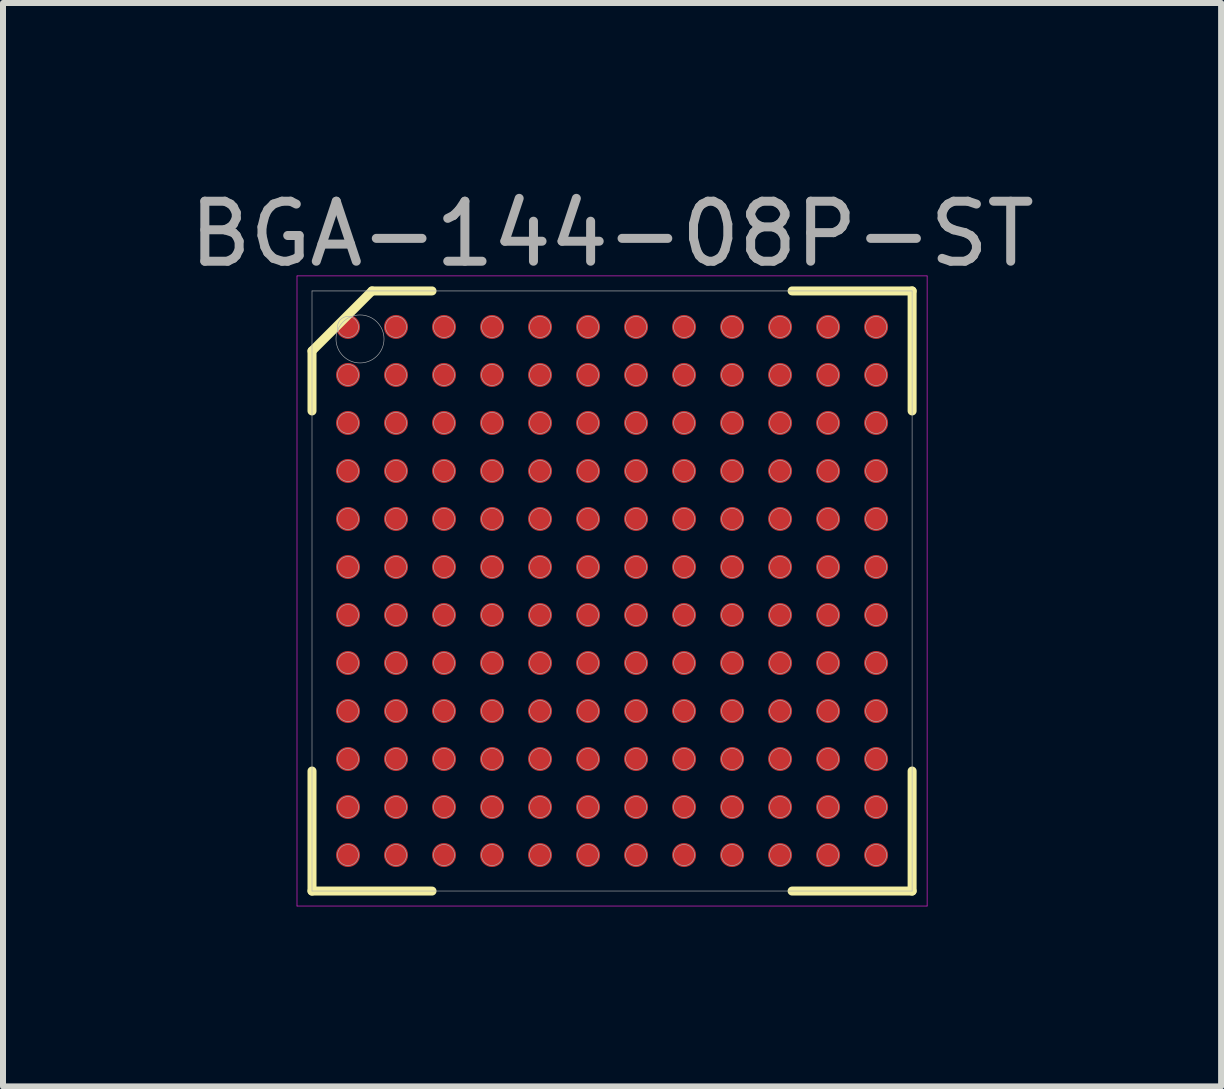
<source format=kicad_pcb>
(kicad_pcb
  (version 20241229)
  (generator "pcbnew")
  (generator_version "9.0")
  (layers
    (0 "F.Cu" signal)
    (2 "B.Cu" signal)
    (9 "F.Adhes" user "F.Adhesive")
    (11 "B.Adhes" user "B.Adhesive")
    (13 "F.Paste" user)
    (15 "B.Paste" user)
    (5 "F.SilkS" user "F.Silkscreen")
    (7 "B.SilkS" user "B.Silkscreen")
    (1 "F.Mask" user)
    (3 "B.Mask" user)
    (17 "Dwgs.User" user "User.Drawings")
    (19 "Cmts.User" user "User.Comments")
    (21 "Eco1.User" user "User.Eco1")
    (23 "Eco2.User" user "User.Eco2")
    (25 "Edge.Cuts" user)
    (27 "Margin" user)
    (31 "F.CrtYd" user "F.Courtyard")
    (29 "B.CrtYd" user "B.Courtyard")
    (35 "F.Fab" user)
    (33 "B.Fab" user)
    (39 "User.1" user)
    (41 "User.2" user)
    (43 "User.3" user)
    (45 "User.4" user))
  (footprint "BGA-144-08P-ST"
    (layer "F.Cu")
    (at 7.149 6.798)
    (property "Reference" "BGA-144-08P-ST" (at 0 -5.95 0) (layer "F.Fab") (effects (font (size 1 1) (thickness 0.15))))
    (attr through_hole)
    (fp_line (start -5 -4) (end -4 -5) (stroke (width 0.15) (type solid)) (layer "F.SilkS"))
    (fp_line (start -5 -3) (end -5 -4) (stroke (width 0.15) (type solid)) (layer "F.SilkS"))
    (fp_line (start -5 5) (end -5 3) (stroke (width 0.15) (type solid)) (layer "F.SilkS"))
    (fp_line (start -3 -5) (end -4 -5) (stroke (width 0.15) (type solid)) (layer "F.SilkS"))
    (fp_line (start -3 5) (end -5 5) (stroke (width 0.15) (type solid)) (layer "F.SilkS"))
    (fp_line (start 3 -5) (end 5 -5) (stroke (width 0.15) (type solid)) (layer "F.SilkS"))
    (fp_line (start 3 5) (end 5 5) (stroke (width 0.15) (type solid)) (layer "F.SilkS"))
    (fp_line (start 5 -5) (end 5 -3) (stroke (width 0.15) (type solid)) (layer "F.SilkS"))
    (fp_line (start 5 5) (end 5 3) (stroke (width 0.15) (type solid)) (layer "F.SilkS"))
    (fp_line (start -5.25 -5.25) (end 5.25 -5.25) (stroke (width 0.01) (type solid)) (layer "F.CrtYd"))
    (fp_line (start -5.25 5.25) (end -5.25 -5.25) (stroke (width 0.01) (type solid)) (layer "F.CrtYd"))
    (fp_line (start 5.25 -5.25) (end 5.25 5.25) (stroke (width 0.01) (type solid)) (layer "F.CrtYd"))
    (fp_line (start 5.25 5.25) (end -5.25 5.25) (stroke (width 0.01) (type solid)) (layer "F.CrtYd"))
    (fp_line (start -5 -5) (end 5 -5) (stroke (width 0.01) (type solid)) (layer "F.Fab"))
    (fp_line (start -5 5) (end -5 -5) (stroke (width 0.01) (type solid)) (layer "F.Fab"))
    (fp_line (start 5 -5) (end 5 5) (stroke (width 0.01) (type solid)) (layer "F.Fab"))
    (fp_line (start 5 5) (end -5 5) (stroke (width 0.01) (type solid)) (layer "F.Fab"))
    (fp_circle (center -4.4 -4.4) (end -4.4 -4.225) (stroke (width 0.01) (type solid)) (fill no) (layer "F.Fab"))
    (fp_circle (center -4.4 -3.6) (end -4.4 -3.425) (stroke (width 0.01) (type solid)) (fill no) (layer "F.Fab"))
    (fp_circle (center -4.4 -2.8) (end -4.4 -2.625) (stroke (width 0.01) (type solid)) (fill no) (layer "F.Fab"))
    (fp_circle (center -4.4 -2) (end -4.4 -1.825) (stroke (width 0.01) (type solid)) (fill no) (layer "F.Fab"))
    (fp_circle (center -4.4 -1.2) (end -4.4 -1.025) (stroke (width 0.01) (type solid)) (fill no) (layer "F.Fab"))
    (fp_circle (center -4.4 -0.4) (end -4.4 -0.225) (stroke (width 0.01) (type solid)) (fill no) (layer "F.Fab"))
    (fp_circle (center -4.4 0.4) (end -4.4 0.575) (stroke (width 0.01) (type solid)) (fill no) (layer "F.Fab"))
    (fp_circle (center -4.4 1.2) (end -4.4 1.375) (stroke (width 0.01) (type solid)) (fill no) (layer "F.Fab"))
    (fp_circle (center -4.4 2) (end -4.4 2.175) (stroke (width 0.01) (type solid)) (fill no) (layer "F.Fab"))
    (fp_circle (center -4.4 2.8) (end -4.4 2.975) (stroke (width 0.01) (type solid)) (fill no) (layer "F.Fab"))
    (fp_circle (center -4.4 3.6) (end -4.4 3.775) (stroke (width 0.01) (type solid)) (fill no) (layer "F.Fab"))
    (fp_circle (center -4.4 4.4) (end -4.4 4.575) (stroke (width 0.01) (type solid)) (fill no) (layer "F.Fab"))
    (fp_circle (center -4.2 -4.2) (end -4.2 -3.8) (stroke (width 0.01) (type solid)) (fill no) (layer "F.Fab"))
    (fp_circle (center -3.6 -4.4) (end -3.6 -4.225) (stroke (width 0.01) (type solid)) (fill no) (layer "F.Fab"))
    (fp_circle (center -3.6 -3.6) (end -3.6 -3.425) (stroke (width 0.01) (type solid)) (fill no) (layer "F.Fab"))
    (fp_circle (center -3.6 -2.8) (end -3.6 -2.625) (stroke (width 0.01) (type solid)) (fill no) (layer "F.Fab"))
    (fp_circle (center -3.6 -2) (end -3.6 -1.825) (stroke (width 0.01) (type solid)) (fill no) (layer "F.Fab"))
    (fp_circle (center -3.6 -1.2) (end -3.6 -1.025) (stroke (width 0.01) (type solid)) (fill no) (layer "F.Fab"))
    (fp_circle (center -3.6 -0.4) (end -3.6 -0.225) (stroke (width 0.01) (type solid)) (fill no) (layer "F.Fab"))
    (fp_circle (center -3.6 0.4) (end -3.6 0.575) (stroke (width 0.01) (type solid)) (fill no) (layer "F.Fab"))
    (fp_circle (center -3.6 1.2) (end -3.6 1.375) (stroke (width 0.01) (type solid)) (fill no) (layer "F.Fab"))
    (fp_circle (center -3.6 2) (end -3.6 2.175) (stroke (width 0.01) (type solid)) (fill no) (layer "F.Fab"))
    (fp_circle (center -3.6 2.8) (end -3.6 2.975) (stroke (width 0.01) (type solid)) (fill no) (layer "F.Fab"))
    (fp_circle (center -3.6 3.6) (end -3.6 3.775) (stroke (width 0.01) (type solid)) (fill no) (layer "F.Fab"))
    (fp_circle (center -3.6 4.4) (end -3.6 4.575) (stroke (width 0.01) (type solid)) (fill no) (layer "F.Fab"))
    (fp_circle (center -2.8 -4.4) (end -2.8 -4.225) (stroke (width 0.01) (type solid)) (fill no) (layer "F.Fab"))
    (fp_circle (center -2.8 -3.6) (end -2.8 -3.425) (stroke (width 0.01) (type solid)) (fill no) (layer "F.Fab"))
    (fp_circle (center -2.8 -2.8) (end -2.8 -2.625) (stroke (width 0.01) (type solid)) (fill no) (layer "F.Fab"))
    (fp_circle (center -2.8 -2) (end -2.8 -1.825) (stroke (width 0.01) (type solid)) (fill no) (layer "F.Fab"))
    (fp_circle (center -2.8 -1.2) (end -2.8 -1.025) (stroke (width 0.01) (type solid)) (fill no) (layer "F.Fab"))
    (fp_circle (center -2.8 -0.4) (end -2.8 -0.225) (stroke (width 0.01) (type solid)) (fill no) (layer "F.Fab"))
    (fp_circle (center -2.8 0.4) (end -2.8 0.575) (stroke (width 0.01) (type solid)) (fill no) (layer "F.Fab"))
    (fp_circle (center -2.8 1.2) (end -2.8 1.375) (stroke (width 0.01) (type solid)) (fill no) (layer "F.Fab"))
    (fp_circle (center -2.8 2) (end -2.8 2.175) (stroke (width 0.01) (type solid)) (fill no) (layer "F.Fab"))
    (fp_circle (center -2.8 2.8) (end -2.8 2.975) (stroke (width 0.01) (type solid)) (fill no) (layer "F.Fab"))
    (fp_circle (center -2.8 3.6) (end -2.8 3.775) (stroke (width 0.01) (type solid)) (fill no) (layer "F.Fab"))
    (fp_circle (center -2.8 4.4) (end -2.8 4.575) (stroke (width 0.01) (type solid)) (fill no) (layer "F.Fab"))
    (fp_circle (center -2 -4.4) (end -2 -4.225) (stroke (width 0.01) (type solid)) (fill no) (layer "F.Fab"))
    (fp_circle (center -2 -3.6) (end -2 -3.425) (stroke (width 0.01) (type solid)) (fill no) (layer "F.Fab"))
    (fp_circle (center -2 -2.8) (end -2 -2.625) (stroke (width 0.01) (type solid)) (fill no) (layer "F.Fab"))
    (fp_circle (center -2 -2) (end -2 -1.825) (stroke (width 0.01) (type solid)) (fill no) (layer "F.Fab"))
    (fp_circle (center -2 -1.2) (end -2 -1.025) (stroke (width 0.01) (type solid)) (fill no) (layer "F.Fab"))
    (fp_circle (center -2 -0.4) (end -2 -0.225) (stroke (width 0.01) (type solid)) (fill no) (layer "F.Fab"))
    (fp_circle (center -2 0.4) (end -2 0.575) (stroke (width 0.01) (type solid)) (fill no) (layer "F.Fab"))
    (fp_circle (center -2 1.2) (end -2 1.375) (stroke (width 0.01) (type solid)) (fill no) (layer "F.Fab"))
    (fp_circle (center -2 2) (end -2 2.175) (stroke (width 0.01) (type solid)) (fill no) (layer "F.Fab"))
    (fp_circle (center -2 2.8) (end -2 2.975) (stroke (width 0.01) (type solid)) (fill no) (layer "F.Fab"))
    (fp_circle (center -2 3.6) (end -2 3.775) (stroke (width 0.01) (type solid)) (fill no) (layer "F.Fab"))
    (fp_circle (center -2 4.4) (end -2 4.575) (stroke (width 0.01) (type solid)) (fill no) (layer "F.Fab"))
    (fp_circle (center -1.2 -4.4) (end -1.2 -4.225) (stroke (width 0.01) (type solid)) (fill no) (layer "F.Fab"))
    (fp_circle (center -1.2 -3.6) (end -1.2 -3.425) (stroke (width 0.01) (type solid)) (fill no) (layer "F.Fab"))
    (fp_circle (center -1.2 -2.8) (end -1.2 -2.625) (stroke (width 0.01) (type solid)) (fill no) (layer "F.Fab"))
    (fp_circle (center -1.2 -2) (end -1.2 -1.825) (stroke (width 0.01) (type solid)) (fill no) (layer "F.Fab"))
    (fp_circle (center -1.2 -1.2) (end -1.2 -1.025) (stroke (width 0.01) (type solid)) (fill no) (layer "F.Fab"))
    (fp_circle (center -1.2 -0.4) (end -1.2 -0.225) (stroke (width 0.01) (type solid)) (fill no) (layer "F.Fab"))
    (fp_circle (center -1.2 0.4) (end -1.2 0.575) (stroke (width 0.01) (type solid)) (fill no) (layer "F.Fab"))
    (fp_circle (center -1.2 1.2) (end -1.2 1.375) (stroke (width 0.01) (type solid)) (fill no) (layer "F.Fab"))
    (fp_circle (center -1.2 2) (end -1.2 2.175) (stroke (width 0.01) (type solid)) (fill no) (layer "F.Fab"))
    (fp_circle (center -1.2 2.8) (end -1.2 2.975) (stroke (width 0.01) (type solid)) (fill no) (layer "F.Fab"))
    (fp_circle (center -1.2 3.6) (end -1.2 3.775) (stroke (width 0.01) (type solid)) (fill no) (layer "F.Fab"))
    (fp_circle (center -1.2 4.4) (end -1.2 4.575) (stroke (width 0.01) (type solid)) (fill no) (layer "F.Fab"))
    (fp_circle (center -0.4 -4.4) (end -0.4 -4.225) (stroke (width 0.01) (type solid)) (fill no) (layer "F.Fab"))
    (fp_circle (center -0.4 -3.6) (end -0.4 -3.425) (stroke (width 0.01) (type solid)) (fill no) (layer "F.Fab"))
    (fp_circle (center -0.4 -2.8) (end -0.4 -2.625) (stroke (width 0.01) (type solid)) (fill no) (layer "F.Fab"))
    (fp_circle (center -0.4 -2) (end -0.4 -1.825) (stroke (width 0.01) (type solid)) (fill no) (layer "F.Fab"))
    (fp_circle (center -0.4 -1.2) (end -0.4 -1.025) (stroke (width 0.01) (type solid)) (fill no) (layer "F.Fab"))
    (fp_circle (center -0.4 -0.4) (end -0.4 -0.225) (stroke (width 0.01) (type solid)) (fill no) (layer "F.Fab"))
    (fp_circle (center -0.4 0.4) (end -0.4 0.575) (stroke (width 0.01) (type solid)) (fill no) (layer "F.Fab"))
    (fp_circle (center -0.4 1.2) (end -0.4 1.375) (stroke (width 0.01) (type solid)) (fill no) (layer "F.Fab"))
    (fp_circle (center -0.4 2) (end -0.4 2.175) (stroke (width 0.01) (type solid)) (fill no) (layer "F.Fab"))
    (fp_circle (center -0.4 2.8) (end -0.4 2.975) (stroke (width 0.01) (type solid)) (fill no) (layer "F.Fab"))
    (fp_circle (center -0.4 3.6) (end -0.4 3.775) (stroke (width 0.01) (type solid)) (fill no) (layer "F.Fab"))
    (fp_circle (center -0.4 4.4) (end -0.4 4.575) (stroke (width 0.01) (type solid)) (fill no) (layer "F.Fab"))
    (fp_circle (center 0.4 -4.4) (end 0.4 -4.225) (stroke (width 0.01) (type solid)) (fill no) (layer "F.Fab"))
    (fp_circle (center 0.4 -3.6) (end 0.4 -3.425) (stroke (width 0.01) (type solid)) (fill no) (layer "F.Fab"))
    (fp_circle (center 0.4 -2.8) (end 0.4 -2.625) (stroke (width 0.01) (type solid)) (fill no) (layer "F.Fab"))
    (fp_circle (center 0.4 -2) (end 0.4 -1.825) (stroke (width 0.01) (type solid)) (fill no) (layer "F.Fab"))
    (fp_circle (center 0.4 -1.2) (end 0.4 -1.025) (stroke (width 0.01) (type solid)) (fill no) (layer "F.Fab"))
    (fp_circle (center 0.4 -0.4) (end 0.4 -0.225) (stroke (width 0.01) (type solid)) (fill no) (layer "F.Fab"))
    (fp_circle (center 0.4 0.4) (end 0.4 0.575) (stroke (width 0.01) (type solid)) (fill no) (layer "F.Fab"))
    (fp_circle (center 0.4 1.2) (end 0.4 1.375) (stroke (width 0.01) (type solid)) (fill no) (layer "F.Fab"))
    (fp_circle (center 0.4 2) (end 0.4 2.175) (stroke (width 0.01) (type solid)) (fill no) (layer "F.Fab"))
    (fp_circle (center 0.4 2.8) (end 0.4 2.975) (stroke (width 0.01) (type solid)) (fill no) (layer "F.Fab"))
    (fp_circle (center 0.4 3.6) (end 0.4 3.775) (stroke (width 0.01) (type solid)) (fill no) (layer "F.Fab"))
    (fp_circle (center 0.4 4.4) (end 0.4 4.575) (stroke (width 0.01) (type solid)) (fill no) (layer "F.Fab"))
    (fp_circle (center 1.2 -4.4) (end 1.2 -4.225) (stroke (width 0.01) (type solid)) (fill no) (layer "F.Fab"))
    (fp_circle (center 1.2 -3.6) (end 1.2 -3.425) (stroke (width 0.01) (type solid)) (fill no) (layer "F.Fab"))
    (fp_circle (center 1.2 -2.8) (end 1.2 -2.625) (stroke (width 0.01) (type solid)) (fill no) (layer "F.Fab"))
    (fp_circle (center 1.2 -2) (end 1.2 -1.825) (stroke (width 0.01) (type solid)) (fill no) (layer "F.Fab"))
    (fp_circle (center 1.2 -1.2) (end 1.2 -1.025) (stroke (width 0.01) (type solid)) (fill no) (layer "F.Fab"))
    (fp_circle (center 1.2 -0.4) (end 1.2 -0.225) (stroke (width 0.01) (type solid)) (fill no) (layer "F.Fab"))
    (fp_circle (center 1.2 0.4) (end 1.2 0.575) (stroke (width 0.01) (type solid)) (fill no) (layer "F.Fab"))
    (fp_circle (center 1.2 1.2) (end 1.2 1.375) (stroke (width 0.01) (type solid)) (fill no) (layer "F.Fab"))
    (fp_circle (center 1.2 2) (end 1.2 2.175) (stroke (width 0.01) (type solid)) (fill no) (layer "F.Fab"))
    (fp_circle (center 1.2 2.8) (end 1.2 2.975) (stroke (width 0.01) (type solid)) (fill no) (layer "F.Fab"))
    (fp_circle (center 1.2 3.6) (end 1.2 3.775) (stroke (width 0.01) (type solid)) (fill no) (layer "F.Fab"))
    (fp_circle (center 1.2 4.4) (end 1.2 4.575) (stroke (width 0.01) (type solid)) (fill no) (layer "F.Fab"))
    (fp_circle (center 2 -4.4) (end 2 -4.225) (stroke (width 0.01) (type solid)) (fill no) (layer "F.Fab"))
    (fp_circle (center 2 -3.6) (end 2 -3.425) (stroke (width 0.01) (type solid)) (fill no) (layer "F.Fab"))
    (fp_circle (center 2 -2.8) (end 2 -2.625) (stroke (width 0.01) (type solid)) (fill no) (layer "F.Fab"))
    (fp_circle (center 2 -2) (end 2 -1.825) (stroke (width 0.01) (type solid)) (fill no) (layer "F.Fab"))
    (fp_circle (center 2 -1.2) (end 2 -1.025) (stroke (width 0.01) (type solid)) (fill no) (layer "F.Fab"))
    (fp_circle (center 2 -0.4) (end 2 -0.225) (stroke (width 0.01) (type solid)) (fill no) (layer "F.Fab"))
    (fp_circle (center 2 0.4) (end 2 0.575) (stroke (width 0.01) (type solid)) (fill no) (layer "F.Fab"))
    (fp_circle (center 2 1.2) (end 2 1.375) (stroke (width 0.01) (type solid)) (fill no) (layer "F.Fab"))
    (fp_circle (center 2 2) (end 2 2.175) (stroke (width 0.01) (type solid)) (fill no) (layer "F.Fab"))
    (fp_circle (center 2 2.8) (end 2 2.975) (stroke (width 0.01) (type solid)) (fill no) (layer "F.Fab"))
    (fp_circle (center 2 3.6) (end 2 3.775) (stroke (width 0.01) (type solid)) (fill no) (layer "F.Fab"))
    (fp_circle (center 2 4.4) (end 2 4.575) (stroke (width 0.01) (type solid)) (fill no) (layer "F.Fab"))
    (fp_circle (center 2.8 -4.4) (end 2.8 -4.225) (stroke (width 0.01) (type solid)) (fill no) (layer "F.Fab"))
    (fp_circle (center 2.8 -3.6) (end 2.8 -3.425) (stroke (width 0.01) (type solid)) (fill no) (layer "F.Fab"))
    (fp_circle (center 2.8 -2.8) (end 2.8 -2.625) (stroke (width 0.01) (type solid)) (fill no) (layer "F.Fab"))
    (fp_circle (center 2.8 -2) (end 2.8 -1.825) (stroke (width 0.01) (type solid)) (fill no) (layer "F.Fab"))
    (fp_circle (center 2.8 -1.2) (end 2.8 -1.025) (stroke (width 0.01) (type solid)) (fill no) (layer "F.Fab"))
    (fp_circle (center 2.8 -0.4) (end 2.8 -0.225) (stroke (width 0.01) (type solid)) (fill no) (layer "F.Fab"))
    (fp_circle (center 2.8 0.4) (end 2.8 0.575) (stroke (width 0.01) (type solid)) (fill no) (layer "F.Fab"))
    (fp_circle (center 2.8 1.2) (end 2.8 1.375) (stroke (width 0.01) (type solid)) (fill no) (layer "F.Fab"))
    (fp_circle (center 2.8 2) (end 2.8 2.175) (stroke (width 0.01) (type solid)) (fill no) (layer "F.Fab"))
    (fp_circle (center 2.8 2.8) (end 2.8 2.975) (stroke (width 0.01) (type solid)) (fill no) (layer "F.Fab"))
    (fp_circle (center 2.8 3.6) (end 2.8 3.775) (stroke (width 0.01) (type solid)) (fill no) (layer "F.Fab"))
    (fp_circle (center 2.8 4.4) (end 2.8 4.575) (stroke (width 0.01) (type solid)) (fill no) (layer "F.Fab"))
    (fp_circle (center 3.6 -4.4) (end 3.6 -4.225) (stroke (width 0.01) (type solid)) (fill no) (layer "F.Fab"))
    (fp_circle (center 3.6 -3.6) (end 3.6 -3.425) (stroke (width 0.01) (type solid)) (fill no) (layer "F.Fab"))
    (fp_circle (center 3.6 -2.8) (end 3.6 -2.625) (stroke (width 0.01) (type solid)) (fill no) (layer "F.Fab"))
    (fp_circle (center 3.6 -2) (end 3.6 -1.825) (stroke (width 0.01) (type solid)) (fill no) (layer "F.Fab"))
    (fp_circle (center 3.6 -1.2) (end 3.6 -1.025) (stroke (width 0.01) (type solid)) (fill no) (layer "F.Fab"))
    (fp_circle (center 3.6 -0.4) (end 3.6 -0.225) (stroke (width 0.01) (type solid)) (fill no) (layer "F.Fab"))
    (fp_circle (center 3.6 0.4) (end 3.6 0.575) (stroke (width 0.01) (type solid)) (fill no) (layer "F.Fab"))
    (fp_circle (center 3.6 1.2) (end 3.6 1.375) (stroke (width 0.01) (type solid)) (fill no) (layer "F.Fab"))
    (fp_circle (center 3.6 2) (end 3.6 2.175) (stroke (width 0.01) (type solid)) (fill no) (layer "F.Fab"))
    (fp_circle (center 3.6 2.8) (end 3.6 2.975) (stroke (width 0.01) (type solid)) (fill no) (layer "F.Fab"))
    (fp_circle (center 3.6 3.6) (end 3.6 3.775) (stroke (width 0.01) (type solid)) (fill no) (layer "F.Fab"))
    (fp_circle (center 3.6 4.4) (end 3.6 4.575) (stroke (width 0.01) (type solid)) (fill no) (layer "F.Fab"))
    (fp_circle (center 4.4 -4.4) (end 4.4 -4.225) (stroke (width 0.01) (type solid)) (fill no) (layer "F.Fab"))
    (fp_circle (center 4.4 -3.6) (end 4.4 -3.425) (stroke (width 0.01) (type solid)) (fill no) (layer "F.Fab"))
    (fp_circle (center 4.4 -2.8) (end 4.4 -2.625) (stroke (width 0.01) (type solid)) (fill no) (layer "F.Fab"))
    (fp_circle (center 4.4 -2) (end 4.4 -1.825) (stroke (width 0.01) (type solid)) (fill no) (layer "F.Fab"))
    (fp_circle (center 4.4 -1.2) (end 4.4 -1.025) (stroke (width 0.01) (type solid)) (fill no) (layer "F.Fab"))
    (fp_circle (center 4.4 -0.4) (end 4.4 -0.225) (stroke (width 0.01) (type solid)) (fill no) (layer "F.Fab"))
    (fp_circle (center 4.4 0.4) (end 4.4 0.575) (stroke (width 0.01) (type solid)) (fill no) (layer "F.Fab"))
    (fp_circle (center 4.4 1.2) (end 4.4 1.375) (stroke (width 0.01) (type solid)) (fill no) (layer "F.Fab"))
    (fp_circle (center 4.4 2) (end 4.4 2.175) (stroke (width 0.01) (type solid)) (fill no) (layer "F.Fab"))
    (fp_circle (center 4.4 2.8) (end 4.4 2.975) (stroke (width 0.01) (type solid)) (fill no) (layer "F.Fab"))
    (fp_circle (center 4.4 3.6) (end 4.4 3.775) (stroke (width 0.01) (type solid)) (fill no) (layer "F.Fab"))
    (fp_circle (center 4.4 4.4) (end 4.4 4.575) (stroke (width 0.01) (type solid)) (fill no) (layer "F.Fab"))
    (pad "A1" smd circle (at -4.4 -4.4) (size 0.4 0.4) (layers "F.Cu" "F.Mask" "F.Paste"))
    (pad "A2" smd circle (at -3.6 -4.4) (size 0.4 0.4) (layers "F.Cu" "F.Mask" "F.Paste"))
    (pad "A3" smd circle (at -2.8 -4.4) (size 0.4 0.4) (layers "F.Cu" "F.Mask" "F.Paste"))
    (pad "A4" smd circle (at -2 -4.4) (size 0.4 0.4) (layers "F.Cu" "F.Mask" "F.Paste"))
    (pad "A5" smd circle (at -1.2 -4.4) (size 0.4 0.4) (layers "F.Cu" "F.Mask" "F.Paste"))
    (pad "A6" smd circle (at -0.4 -4.4) (size 0.4 0.4) (layers "F.Cu" "F.Mask" "F.Paste"))
    (pad "A7" smd circle (at 0.4 -4.4) (size 0.4 0.4) (layers "F.Cu" "F.Mask" "F.Paste"))
    (pad "A8" smd circle (at 1.2 -4.4) (size 0.4 0.4) (layers "F.Cu" "F.Mask" "F.Paste"))
    (pad "A9" smd circle (at 2 -4.4) (size 0.4 0.4) (layers "F.Cu" "F.Mask" "F.Paste"))
    (pad "A10" smd circle (at 2.8 -4.4) (size 0.4 0.4) (layers "F.Cu" "F.Mask" "F.Paste"))
    (pad "A11" smd circle (at 3.6 -4.4) (size 0.4 0.4) (layers "F.Cu" "F.Mask" "F.Paste"))
    (pad "A12" smd circle (at 4.4 -4.4) (size 0.4 0.4) (layers "F.Cu" "F.Mask" "F.Paste"))
    (pad "B1" smd circle (at -4.4 -3.6) (size 0.4 0.4) (layers "F.Cu" "F.Mask" "F.Paste"))
    (pad "B2" smd circle (at -3.6 -3.6) (size 0.4 0.4) (layers "F.Cu" "F.Mask" "F.Paste"))
    (pad "B3" smd circle (at -2.8 -3.6) (size 0.4 0.4) (layers "F.Cu" "F.Mask" "F.Paste"))
    (pad "B4" smd circle (at -2 -3.6) (size 0.4 0.4) (layers "F.Cu" "F.Mask" "F.Paste"))
    (pad "B5" smd circle (at -1.2 -3.6) (size 0.4 0.4) (layers "F.Cu" "F.Mask" "F.Paste"))
    (pad "B6" smd circle (at -0.4 -3.6) (size 0.4 0.4) (layers "F.Cu" "F.Mask" "F.Paste"))
    (pad "B7" smd circle (at 0.4 -3.6) (size 0.4 0.4) (layers "F.Cu" "F.Mask" "F.Paste"))
    (pad "B8" smd circle (at 1.2 -3.6) (size 0.4 0.4) (layers "F.Cu" "F.Mask" "F.Paste"))
    (pad "B9" smd circle (at 2 -3.6) (size 0.4 0.4) (layers "F.Cu" "F.Mask" "F.Paste"))
    (pad "B10" smd circle (at 2.8 -3.6) (size 0.4 0.4) (layers "F.Cu" "F.Mask" "F.Paste"))
    (pad "B11" smd circle (at 3.6 -3.6) (size 0.4 0.4) (layers "F.Cu" "F.Mask" "F.Paste"))
    (pad "B12" smd circle (at 4.4 -3.6) (size 0.4 0.4) (layers "F.Cu" "F.Mask" "F.Paste"))
    (pad "C1" smd circle (at -4.4 -2.8) (size 0.4 0.4) (layers "F.Cu" "F.Mask" "F.Paste"))
    (pad "C2" smd circle (at -3.6 -2.8) (size 0.4 0.4) (layers "F.Cu" "F.Mask" "F.Paste"))
    (pad "C3" smd circle (at -2.8 -2.8) (size 0.4 0.4) (layers "F.Cu" "F.Mask" "F.Paste"))
    (pad "C4" smd circle (at -2 -2.8) (size 0.4 0.4) (layers "F.Cu" "F.Mask" "F.Paste"))
    (pad "C5" smd circle (at -1.2 -2.8) (size 0.4 0.4) (layers "F.Cu" "F.Mask" "F.Paste"))
    (pad "C6" smd circle (at -0.4 -2.8) (size 0.4 0.4) (layers "F.Cu" "F.Mask" "F.Paste"))
    (pad "C7" smd circle (at 0.4 -2.8) (size 0.4 0.4) (layers "F.Cu" "F.Mask" "F.Paste"))
    (pad "C8" smd circle (at 1.2 -2.8) (size 0.4 0.4) (layers "F.Cu" "F.Mask" "F.Paste"))
    (pad "C9" smd circle (at 2 -2.8) (size 0.4 0.4) (layers "F.Cu" "F.Mask" "F.Paste"))
    (pad "C10" smd circle (at 2.8 -2.8) (size 0.4 0.4) (layers "F.Cu" "F.Mask" "F.Paste"))
    (pad "C11" smd circle (at 3.6 -2.8) (size 0.4 0.4) (layers "F.Cu" "F.Mask" "F.Paste"))
    (pad "C12" smd circle (at 4.4 -2.8) (size 0.4 0.4) (layers "F.Cu" "F.Mask" "F.Paste"))
    (pad "D1" smd circle (at -4.4 -2) (size 0.4 0.4) (layers "F.Cu" "F.Mask" "F.Paste"))
    (pad "D2" smd circle (at -3.6 -2) (size 0.4 0.4) (layers "F.Cu" "F.Mask" "F.Paste"))
    (pad "D3" smd circle (at -2.8 -2) (size 0.4 0.4) (layers "F.Cu" "F.Mask" "F.Paste"))
    (pad "D4" smd circle (at -2 -2) (size 0.4 0.4) (layers "F.Cu" "F.Mask" "F.Paste"))
    (pad "D5" smd circle (at -1.2 -2) (size 0.4 0.4) (layers "F.Cu" "F.Mask" "F.Paste"))
    (pad "D6" smd circle (at -0.4 -2) (size 0.4 0.4) (layers "F.Cu" "F.Mask" "F.Paste"))
    (pad "D7" smd circle (at 0.4 -2) (size 0.4 0.4) (layers "F.Cu" "F.Mask" "F.Paste"))
    (pad "D8" smd circle (at 1.2 -2) (size 0.4 0.4) (layers "F.Cu" "F.Mask" "F.Paste"))
    (pad "D9" smd circle (at 2 -2) (size 0.4 0.4) (layers "F.Cu" "F.Mask" "F.Paste"))
    (pad "D10" smd circle (at 2.8 -2) (size 0.4 0.4) (layers "F.Cu" "F.Mask" "F.Paste"))
    (pad "D11" smd circle (at 3.6 -2) (size 0.4 0.4) (layers "F.Cu" "F.Mask" "F.Paste"))
    (pad "D12" smd circle (at 4.4 -2) (size 0.4 0.4) (layers "F.Cu" "F.Mask" "F.Paste"))
    (pad "E1" smd circle (at -4.4 -1.2) (size 0.4 0.4) (layers "F.Cu" "F.Mask" "F.Paste"))
    (pad "E2" smd circle (at -3.6 -1.2) (size 0.4 0.4) (layers "F.Cu" "F.Mask" "F.Paste"))
    (pad "E3" smd circle (at -2.8 -1.2) (size 0.4 0.4) (layers "F.Cu" "F.Mask" "F.Paste"))
    (pad "E4" smd circle (at -2 -1.2) (size 0.4 0.4) (layers "F.Cu" "F.Mask" "F.Paste"))
    (pad "E5" smd circle (at -1.2 -1.2) (size 0.4 0.4) (layers "F.Cu" "F.Mask" "F.Paste"))
    (pad "E6" smd circle (at -0.4 -1.2) (size 0.4 0.4) (layers "F.Cu" "F.Mask" "F.Paste"))
    (pad "E7" smd circle (at 0.4 -1.2) (size 0.4 0.4) (layers "F.Cu" "F.Mask" "F.Paste"))
    (pad "E8" smd circle (at 1.2 -1.2) (size 0.4 0.4) (layers "F.Cu" "F.Mask" "F.Paste"))
    (pad "E9" smd circle (at 2 -1.2) (size 0.4 0.4) (layers "F.Cu" "F.Mask" "F.Paste"))
    (pad "E10" smd circle (at 2.8 -1.2) (size 0.4 0.4) (layers "F.Cu" "F.Mask" "F.Paste"))
    (pad "E11" smd circle (at 3.6 -1.2) (size 0.4 0.4) (layers "F.Cu" "F.Mask" "F.Paste"))
    (pad "E12" smd circle (at 4.4 -1.2) (size 0.4 0.4) (layers "F.Cu" "F.Mask" "F.Paste"))
    (pad "F1" smd circle (at -4.4 -0.4) (size 0.4 0.4) (layers "F.Cu" "F.Mask" "F.Paste"))
    (pad "F2" smd circle (at -3.6 -0.4) (size 0.4 0.4) (layers "F.Cu" "F.Mask" "F.Paste"))
    (pad "F3" smd circle (at -2.8 -0.4) (size 0.4 0.4) (layers "F.Cu" "F.Mask" "F.Paste"))
    (pad "F4" smd circle (at -2 -0.4) (size 0.4 0.4) (layers "F.Cu" "F.Mask" "F.Paste"))
    (pad "F5" smd circle (at -1.2 -0.4) (size 0.4 0.4) (layers "F.Cu" "F.Mask" "F.Paste"))
    (pad "F6" smd circle (at -0.4 -0.4) (size 0.4 0.4) (layers "F.Cu" "F.Mask" "F.Paste"))
    (pad "F7" smd circle (at 0.4 -0.4) (size 0.4 0.4) (layers "F.Cu" "F.Mask" "F.Paste"))
    (pad "F8" smd circle (at 1.2 -0.4) (size 0.4 0.4) (layers "F.Cu" "F.Mask" "F.Paste"))
    (pad "F9" smd circle (at 2 -0.4) (size 0.4 0.4) (layers "F.Cu" "F.Mask" "F.Paste"))
    (pad "F10" smd circle (at 2.8 -0.4) (size 0.4 0.4) (layers "F.Cu" "F.Mask" "F.Paste"))
    (pad "F11" smd circle (at 3.6 -0.4) (size 0.4 0.4) (layers "F.Cu" "F.Mask" "F.Paste"))
    (pad "F12" smd circle (at 4.4 -0.4) (size 0.4 0.4) (layers "F.Cu" "F.Mask" "F.Paste"))
    (pad "G1" smd circle (at -4.4 0.4) (size 0.4 0.4) (layers "F.Cu" "F.Mask" "F.Paste"))
    (pad "G2" smd circle (at -3.6 0.4) (size 0.4 0.4) (layers "F.Cu" "F.Mask" "F.Paste"))
    (pad "G3" smd circle (at -2.8 0.4) (size 0.4 0.4) (layers "F.Cu" "F.Mask" "F.Paste"))
    (pad "G4" smd circle (at -2 0.4) (size 0.4 0.4) (layers "F.Cu" "F.Mask" "F.Paste"))
    (pad "G5" smd circle (at -1.2 0.4) (size 0.4 0.4) (layers "F.Cu" "F.Mask" "F.Paste"))
    (pad "G6" smd circle (at -0.4 0.4) (size 0.4 0.4) (layers "F.Cu" "F.Mask" "F.Paste"))
    (pad "G7" smd circle (at 0.4 0.4) (size 0.4 0.4) (layers "F.Cu" "F.Mask" "F.Paste"))
    (pad "G8" smd circle (at 1.2 0.4) (size 0.4 0.4) (layers "F.Cu" "F.Mask" "F.Paste"))
    (pad "G9" smd circle (at 2 0.4) (size 0.4 0.4) (layers "F.Cu" "F.Mask" "F.Paste"))
    (pad "G10" smd circle (at 2.8 0.4) (size 0.4 0.4) (layers "F.Cu" "F.Mask" "F.Paste"))
    (pad "G11" smd circle (at 3.6 0.4) (size 0.4 0.4) (layers "F.Cu" "F.Mask" "F.Paste"))
    (pad "G12" smd circle (at 4.4 0.4) (size 0.4 0.4) (layers "F.Cu" "F.Mask" "F.Paste"))
    (pad "H1" smd circle (at -4.4 1.2) (size 0.4 0.4) (layers "F.Cu" "F.Mask" "F.Paste"))
    (pad "H2" smd circle (at -3.6 1.2) (size 0.4 0.4) (layers "F.Cu" "F.Mask" "F.Paste"))
    (pad "H3" smd circle (at -2.8 1.2) (size 0.4 0.4) (layers "F.Cu" "F.Mask" "F.Paste"))
    (pad "H4" smd circle (at -2 1.2) (size 0.4 0.4) (layers "F.Cu" "F.Mask" "F.Paste"))
    (pad "H5" smd circle (at -1.2 1.2) (size 0.4 0.4) (layers "F.Cu" "F.Mask" "F.Paste"))
    (pad "H6" smd circle (at -0.4 1.2) (size 0.4 0.4) (layers "F.Cu" "F.Mask" "F.Paste"))
    (pad "H7" smd circle (at 0.4 1.2) (size 0.4 0.4) (layers "F.Cu" "F.Mask" "F.Paste"))
    (pad "H8" smd circle (at 1.2 1.2) (size 0.4 0.4) (layers "F.Cu" "F.Mask" "F.Paste"))
    (pad "H9" smd circle (at 2 1.2) (size 0.4 0.4) (layers "F.Cu" "F.Mask" "F.Paste"))
    (pad "H10" smd circle (at 2.8 1.2) (size 0.4 0.4) (layers "F.Cu" "F.Mask" "F.Paste"))
    (pad "H11" smd circle (at 3.6 1.2) (size 0.4 0.4) (layers "F.Cu" "F.Mask" "F.Paste"))
    (pad "H12" smd circle (at 4.4 1.2) (size 0.4 0.4) (layers "F.Cu" "F.Mask" "F.Paste"))
    (pad "J1" smd circle (at -4.4 2) (size 0.4 0.4) (layers "F.Cu" "F.Mask" "F.Paste"))
    (pad "J2" smd circle (at -3.6 2) (size 0.4 0.4) (layers "F.Cu" "F.Mask" "F.Paste"))
    (pad "J3" smd circle (at -2.8 2) (size 0.4 0.4) (layers "F.Cu" "F.Mask" "F.Paste"))
    (pad "J4" smd circle (at -2 2) (size 0.4 0.4) (layers "F.Cu" "F.Mask" "F.Paste"))
    (pad "J5" smd circle (at -1.2 2) (size 0.4 0.4) (layers "F.Cu" "F.Mask" "F.Paste"))
    (pad "J6" smd circle (at -0.4 2) (size 0.4 0.4) (layers "F.Cu" "F.Mask" "F.Paste"))
    (pad "J7" smd circle (at 0.4 2) (size 0.4 0.4) (layers "F.Cu" "F.Mask" "F.Paste"))
    (pad "J8" smd circle (at 1.2 2) (size 0.4 0.4) (layers "F.Cu" "F.Mask" "F.Paste"))
    (pad "J9" smd circle (at 2 2) (size 0.4 0.4) (layers "F.Cu" "F.Mask" "F.Paste"))
    (pad "J10" smd circle (at 2.8 2) (size 0.4 0.4) (layers "F.Cu" "F.Mask" "F.Paste"))
    (pad "J11" smd circle (at 3.6 2) (size 0.4 0.4) (layers "F.Cu" "F.Mask" "F.Paste"))
    (pad "J12" smd circle (at 4.4 2) (size 0.4 0.4) (layers "F.Cu" "F.Mask" "F.Paste"))
    (pad "K1" smd circle (at -4.4 2.8) (size 0.4 0.4) (layers "F.Cu" "F.Mask" "F.Paste"))
    (pad "K2" smd circle (at -3.6 2.8) (size 0.4 0.4) (layers "F.Cu" "F.Mask" "F.Paste"))
    (pad "K3" smd circle (at -2.8 2.8) (size 0.4 0.4) (layers "F.Cu" "F.Mask" "F.Paste"))
    (pad "K4" smd circle (at -2 2.8) (size 0.4 0.4) (layers "F.Cu" "F.Mask" "F.Paste"))
    (pad "K5" smd circle (at -1.2 2.8) (size 0.4 0.4) (layers "F.Cu" "F.Mask" "F.Paste"))
    (pad "K6" smd circle (at -0.4 2.8) (size 0.4 0.4) (layers "F.Cu" "F.Mask" "F.Paste"))
    (pad "K7" smd circle (at 0.4 2.8) (size 0.4 0.4) (layers "F.Cu" "F.Mask" "F.Paste"))
    (pad "K8" smd circle (at 1.2 2.8) (size 0.4 0.4) (layers "F.Cu" "F.Mask" "F.Paste"))
    (pad "K9" smd circle (at 2 2.8) (size 0.4 0.4) (layers "F.Cu" "F.Mask" "F.Paste"))
    (pad "K10" smd circle (at 2.8 2.8) (size 0.4 0.4) (layers "F.Cu" "F.Mask" "F.Paste"))
    (pad "K11" smd circle (at 3.6 2.8) (size 0.4 0.4) (layers "F.Cu" "F.Mask" "F.Paste"))
    (pad "K12" smd circle (at 4.4 2.8) (size 0.4 0.4) (layers "F.Cu" "F.Mask" "F.Paste"))
    (pad "L1" smd circle (at -4.4 3.6) (size 0.4 0.4) (layers "F.Cu" "F.Mask" "F.Paste"))
    (pad "L2" smd circle (at -3.6 3.6) (size 0.4 0.4) (layers "F.Cu" "F.Mask" "F.Paste"))
    (pad "L3" smd circle (at -2.8 3.6) (size 0.4 0.4) (layers "F.Cu" "F.Mask" "F.Paste"))
    (pad "L4" smd circle (at -2 3.6) (size 0.4 0.4) (layers "F.Cu" "F.Mask" "F.Paste"))
    (pad "L5" smd circle (at -1.2 3.6) (size 0.4 0.4) (layers "F.Cu" "F.Mask" "F.Paste"))
    (pad "L6" smd circle (at -0.4 3.6) (size 0.4 0.4) (layers "F.Cu" "F.Mask" "F.Paste"))
    (pad "L7" smd circle (at 0.4 3.6) (size 0.4 0.4) (layers "F.Cu" "F.Mask" "F.Paste"))
    (pad "L8" smd circle (at 1.2 3.6) (size 0.4 0.4) (layers "F.Cu" "F.Mask" "F.Paste"))
    (pad "L9" smd circle (at 2 3.6) (size 0.4 0.4) (layers "F.Cu" "F.Mask" "F.Paste"))
    (pad "L10" smd circle (at 2.8 3.6) (size 0.4 0.4) (layers "F.Cu" "F.Mask" "F.Paste"))
    (pad "L11" smd circle (at 3.6 3.6) (size 0.4 0.4) (layers "F.Cu" "F.Mask" "F.Paste"))
    (pad "L12" smd circle (at 4.4 3.6) (size 0.4 0.4) (layers "F.Cu" "F.Mask" "F.Paste"))
    (pad "M1" smd circle (at -4.4 4.4) (size 0.4 0.4) (layers "F.Cu" "F.Mask" "F.Paste"))
    (pad "M2" smd circle (at -3.6 4.4) (size 0.4 0.4) (layers "F.Cu" "F.Mask" "F.Paste"))
    (pad "M3" smd circle (at -2.8 4.4) (size 0.4 0.4) (layers "F.Cu" "F.Mask" "F.Paste"))
    (pad "M4" smd circle (at -2 4.4) (size 0.4 0.4) (layers "F.Cu" "F.Mask" "F.Paste"))
    (pad "M5" smd circle (at -1.2 4.4) (size 0.4 0.4) (layers "F.Cu" "F.Mask" "F.Paste"))
    (pad "M6" smd circle (at -0.4 4.4) (size 0.4 0.4) (layers "F.Cu" "F.Mask" "F.Paste"))
    (pad "M7" smd circle (at 0.4 4.4) (size 0.4 0.4) (layers "F.Cu" "F.Mask" "F.Paste"))
    (pad "M8" smd circle (at 1.2 4.4) (size 0.4 0.4) (layers "F.Cu" "F.Mask" "F.Paste"))
    (pad "M9" smd circle (at 2 4.4) (size 0.4 0.4) (layers "F.Cu" "F.Mask" "F.Paste"))
    (pad "M10" smd circle (at 2.8 4.4) (size 0.4 0.4) (layers "F.Cu" "F.Mask" "F.Paste"))
    (pad "M11" smd circle (at 3.6 4.4) (size 0.4 0.4) (layers "F.Cu" "F.Mask" "F.Paste"))
    (pad "M12" smd circle (at 4.4 4.4) (size 0.4 0.4) (layers "F.Cu" "F.Mask" "F.Paste")))
  (gr_rect
    (start -3 -3)
    (end 17.298 15.053)
    (stroke (width 0.1) (type default))
    (fill no)
    (layer "Edge.Cuts")))
</source>
